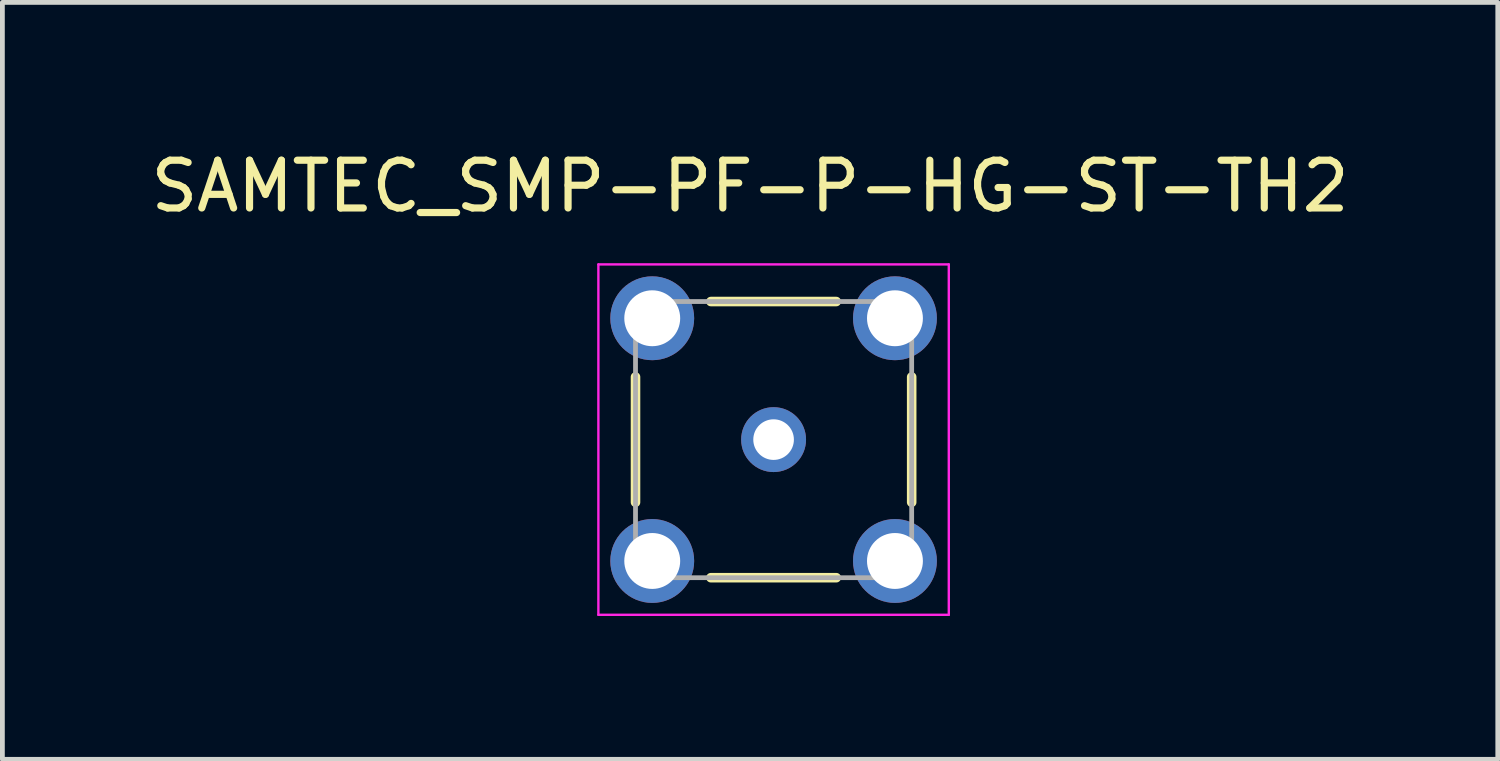
<source format=kicad_pcb>
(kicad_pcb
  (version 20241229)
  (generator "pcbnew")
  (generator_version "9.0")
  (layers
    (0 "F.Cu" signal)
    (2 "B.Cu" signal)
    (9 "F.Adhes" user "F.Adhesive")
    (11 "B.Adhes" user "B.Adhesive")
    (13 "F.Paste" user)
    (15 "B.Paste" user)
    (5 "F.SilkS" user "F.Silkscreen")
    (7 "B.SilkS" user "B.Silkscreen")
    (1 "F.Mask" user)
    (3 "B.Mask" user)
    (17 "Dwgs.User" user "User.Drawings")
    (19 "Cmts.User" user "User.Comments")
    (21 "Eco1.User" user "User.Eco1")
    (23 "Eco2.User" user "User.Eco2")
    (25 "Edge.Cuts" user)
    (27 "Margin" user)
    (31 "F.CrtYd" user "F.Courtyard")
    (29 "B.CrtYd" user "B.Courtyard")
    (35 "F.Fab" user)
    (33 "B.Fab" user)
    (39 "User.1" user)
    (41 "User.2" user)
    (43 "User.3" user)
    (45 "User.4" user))
  (footprint "SAMTEC_SMP-PF-P-HG-ST-TH2"
    (layer "F.Cu")
    (at 13.141 6.151)
    (property "Reference" "SAMTEC_SMP-PF-P-HG-ST-TH2" (at -0.492 -5.303 0) (layer "F.SilkS") (effects (font (size 1 1) (thickness 0.15))))
    (attr through_hole)
    (fp_line (start -2.89 -1.312) (end -2.89 1.312) (stroke (width 0.2) (type solid)) (layer "F.SilkS"))
    (fp_line (start -1.312 -2.89) (end 1.312 -2.89) (stroke (width 0.2) (type solid)) (layer "F.SilkS"))
    (fp_line (start -1.312 2.89) (end 1.312 2.89) (stroke (width 0.2) (type solid)) (layer "F.SilkS"))
    (fp_line (start 2.89 -1.312) (end 2.89 1.312) (stroke (width 0.2) (type solid)) (layer "F.SilkS"))
    (fp_line (start -3.667 -3.667) (end -3.667 3.667) (stroke (width 0.05) (type solid)) (layer "F.CrtYd"))
    (fp_line (start -3.667 3.667) (end 3.667 3.667) (stroke (width 0.05) (type solid)) (layer "F.CrtYd"))
    (fp_line (start 3.667 -3.667) (end -3.667 -3.667) (stroke (width 0.05) (type solid)) (layer "F.CrtYd"))
    (fp_line (start 3.667 3.667) (end 3.667 -3.667) (stroke (width 0.05) (type solid)) (layer "F.CrtYd"))
    (fp_line (start -2.89 -2.89) (end 2.89 -2.89) (stroke (width 0.1) (type solid)) (layer "F.Fab"))
    (fp_line (start -2.89 2.89) (end -2.89 -2.89) (stroke (width 0.1) (type solid)) (layer "F.Fab"))
    (fp_line (start 2.89 -2.89) (end 2.89 2.89) (stroke (width 0.1) (type solid)) (layer "F.Fab"))
    (fp_line (start 2.89 2.89) (end -2.89 2.89) (stroke (width 0.1) (type solid)) (layer "F.Fab"))
    (pad "1" thru_hole circle (at 0 0) (size 1.358 1.358) (drill 0.85) (layers "*.Cu" "*.Mask"))
    (pad "G1" thru_hole circle (at -2.54 -2.54) (size 1.755 1.755) (drill 1.17) (layers "*.Cu" "*.Mask"))
    (pad "G2" thru_hole circle (at 2.54 -2.54) (size 1.755 1.755) (drill 1.17) (layers "*.Cu" "*.Mask"))
    (pad "G3" thru_hole circle (at 2.54 2.54) (size 1.755 1.755) (drill 1.17) (layers "*.Cu" "*.Mask"))
    (pad "G4" thru_hole circle (at -2.54 2.54) (size 1.755 1.755) (drill 1.17) (layers "*.Cu" "*.Mask")))
  (gr_rect
    (start -3 -3)
    (end 28.298 12.843)
    (stroke (width 0.1) (type default))
    (fill no)
    (layer "Edge.Cuts")))
</source>
